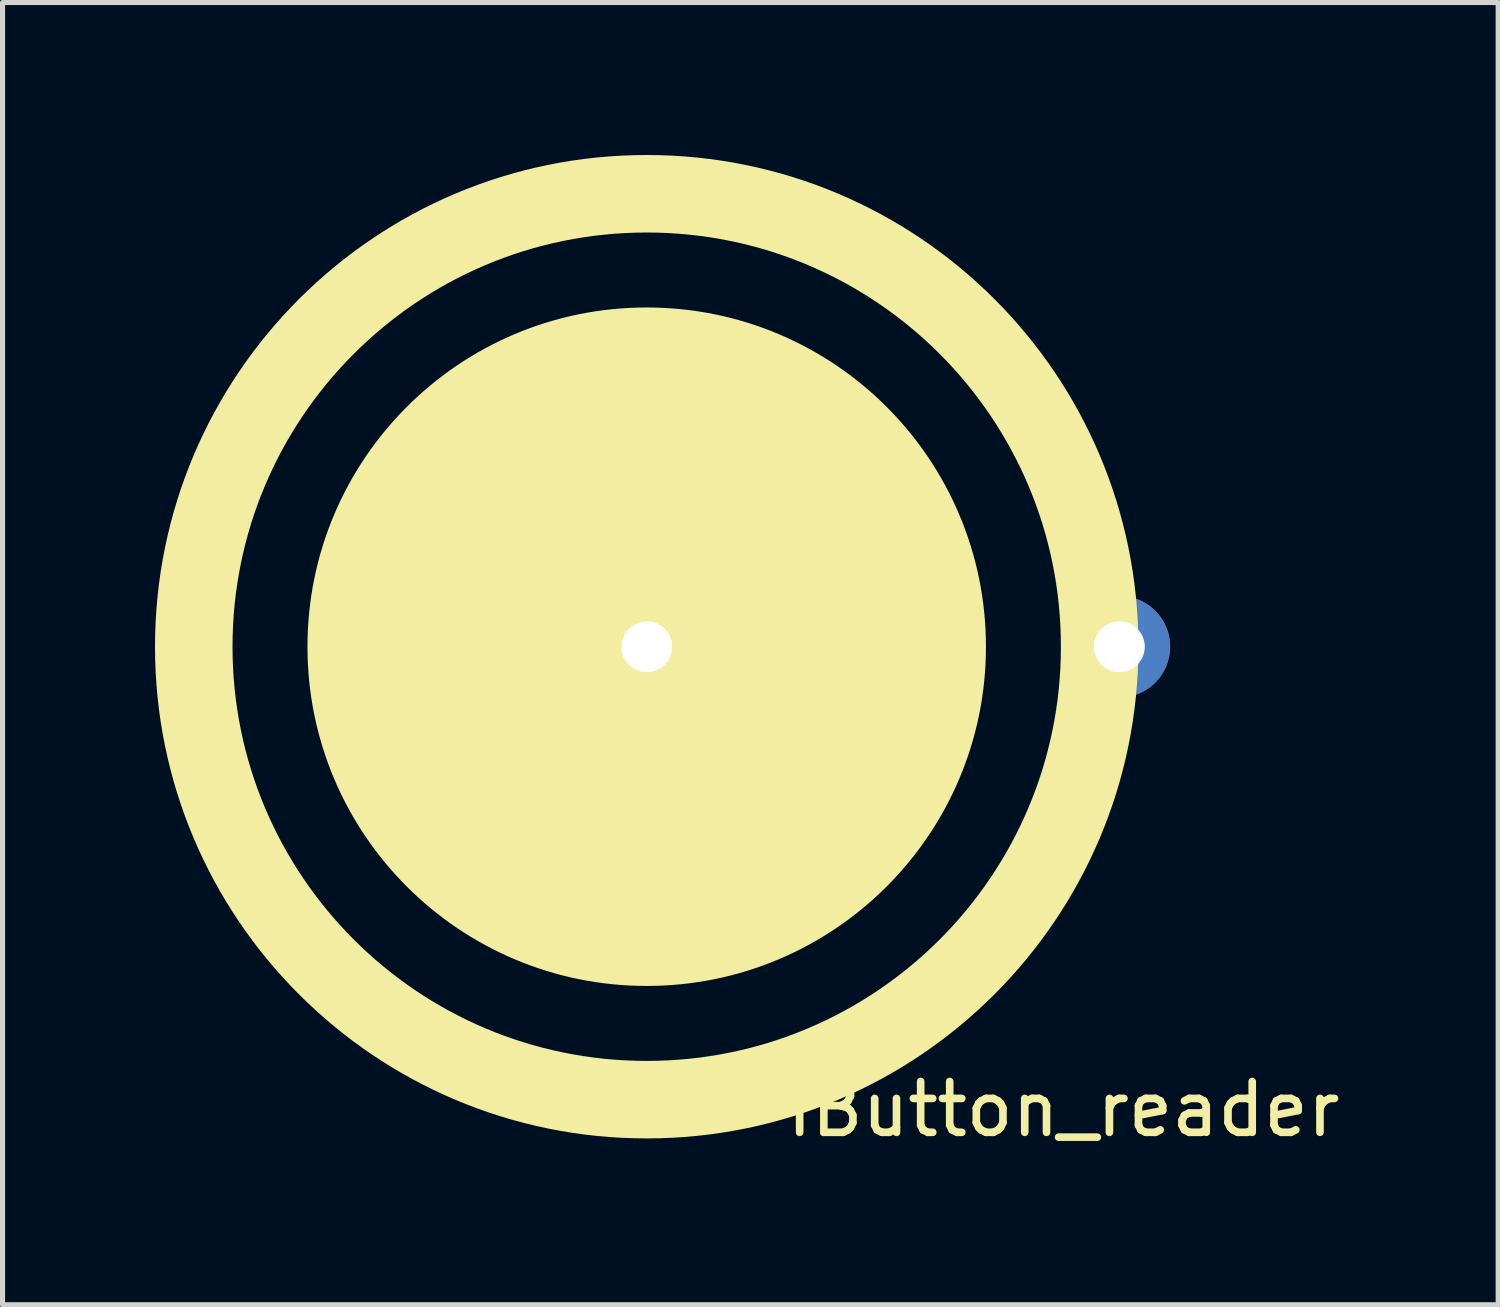
<source format=kicad_pcb>
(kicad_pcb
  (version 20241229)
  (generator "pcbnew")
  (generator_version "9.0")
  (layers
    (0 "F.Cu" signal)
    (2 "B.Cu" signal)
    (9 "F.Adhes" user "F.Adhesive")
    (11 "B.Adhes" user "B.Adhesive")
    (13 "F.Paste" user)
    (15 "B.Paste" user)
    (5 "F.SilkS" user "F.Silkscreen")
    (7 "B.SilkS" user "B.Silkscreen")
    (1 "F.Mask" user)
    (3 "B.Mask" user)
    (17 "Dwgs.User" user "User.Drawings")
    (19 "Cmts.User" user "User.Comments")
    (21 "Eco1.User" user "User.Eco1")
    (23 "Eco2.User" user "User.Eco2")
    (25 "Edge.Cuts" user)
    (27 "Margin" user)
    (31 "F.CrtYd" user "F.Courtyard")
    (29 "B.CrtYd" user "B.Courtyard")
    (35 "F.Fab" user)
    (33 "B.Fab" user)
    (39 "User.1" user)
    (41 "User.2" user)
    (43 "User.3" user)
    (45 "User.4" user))
  (footprint "iButton_reader"
    (layer "F.Cu")
    (at 9.675 9.675)
    (property "Reference" "iButton_reader" (at 8.2 9.1 0) (layer "F.SilkS") (effects (font (size 1 1) (thickness 0.15))))
    (attr through_hole)
    (fp_circle (center 0 0) (end 3.3 0) (stroke (width 6.6) (type solid)) (fill no) (layer "F.SilkS"))
    (fp_circle (center 0 0) (end 6.6 0) (stroke (width 0.15) (type solid)) (fill no) (layer "F.SilkS"))
    (fp_circle (center 0 0) (end 8.9 0) (stroke (width 1.5) (type solid)) (fill no) (layer "F.SilkS"))
    (fp_circle (center 0 0) (end 9.6 0) (stroke (width 0.15) (type solid)) (fill no) (layer "F.SilkS"))
    (pad "1" thru_hole circle (at 0 0) (size 2 2) (drill 1) (layers "*.Cu" "*.Mask" "F.Paste"))
    (pad "2" thru_hole circle (at 9.3 0) (size 2 2) (drill 1) (layers "*.Cu" "*.Mask" "F.Paste")))
  (gr_rect
    (start -3 -3)
    (end 26.429 22.623)
    (stroke (width 0.1) (type default))
    (fill no)
    (layer "Edge.Cuts")))
</source>
